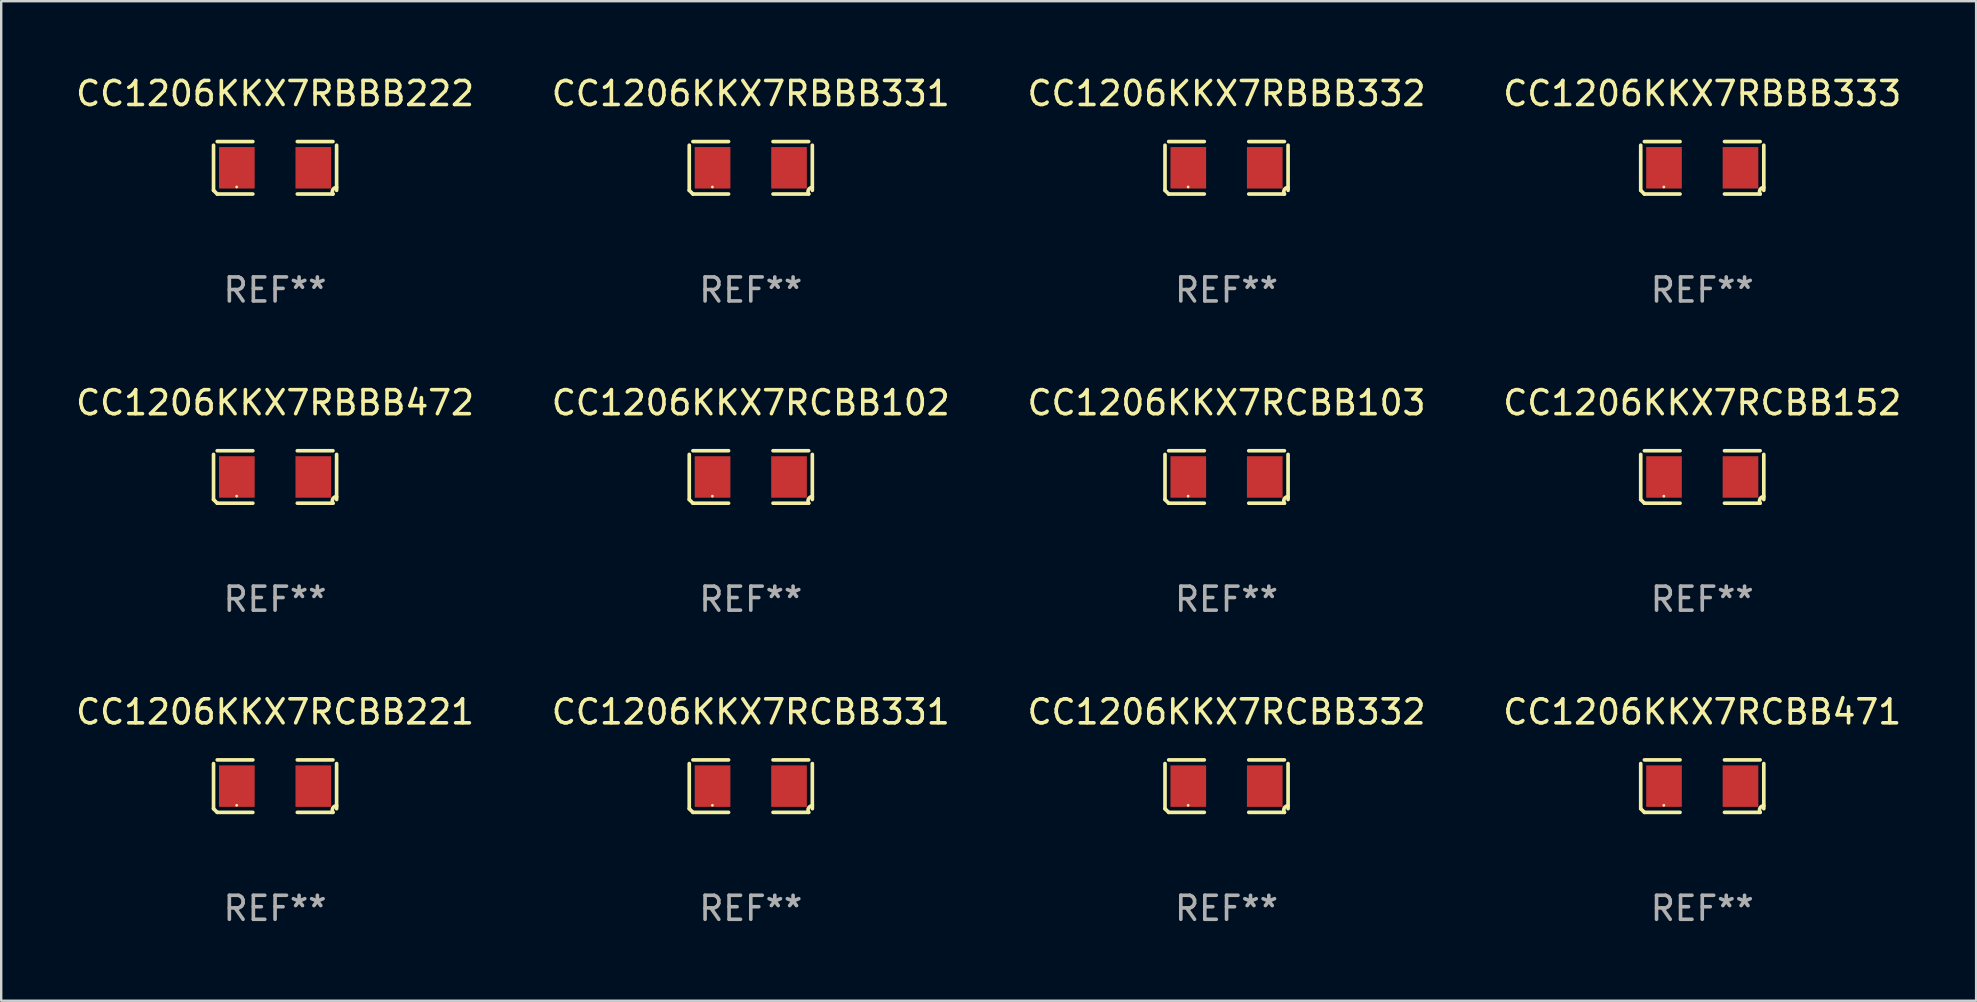
<source format=kicad_pcb>
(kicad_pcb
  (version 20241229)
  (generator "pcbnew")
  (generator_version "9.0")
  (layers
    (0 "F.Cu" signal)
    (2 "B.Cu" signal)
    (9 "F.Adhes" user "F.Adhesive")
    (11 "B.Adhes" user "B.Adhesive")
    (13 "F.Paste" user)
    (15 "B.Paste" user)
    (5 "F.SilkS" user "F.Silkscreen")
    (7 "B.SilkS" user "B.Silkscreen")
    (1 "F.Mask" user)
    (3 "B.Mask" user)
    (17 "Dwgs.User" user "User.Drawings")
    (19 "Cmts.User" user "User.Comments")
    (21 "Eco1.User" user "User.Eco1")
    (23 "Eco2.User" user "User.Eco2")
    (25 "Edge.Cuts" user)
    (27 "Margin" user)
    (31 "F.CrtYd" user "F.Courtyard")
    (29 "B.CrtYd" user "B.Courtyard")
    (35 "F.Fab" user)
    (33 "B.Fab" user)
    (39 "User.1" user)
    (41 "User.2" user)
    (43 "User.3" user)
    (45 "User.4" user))
  (footprint "CC1206KKX7RCBB331"
    (layer "F.Cu")
    (at 28.232 29.704)
    (property "Reference" "CC1206KKX7RCBB331" (at 0 -3.093 0) (layer "F.SilkS") (effects (font (size 1 1) (thickness 0.15))))
    (attr through_hole)
    (fp_line (start -2.564 0.94) (end -2.564 -0.94) (stroke (width 0.152) (type solid)) (layer "F.SilkS"))
    (fp_line (start -2.411 -1.093) (end -0.926 -1.093) (stroke (width 0.152) (type solid)) (layer "F.SilkS"))
    (fp_line (start -0.926 1.093) (end -2.411 1.093) (stroke (width 0.152) (type solid)) (layer "F.SilkS"))
    (fp_line (start 0.926 1.093) (end 2.411 1.093) (stroke (width 0.152) (type solid)) (layer "F.SilkS"))
    (fp_line (start 2.411 -1.093) (end 0.926 -1.093) (stroke (width 0.152) (type solid)) (layer "F.SilkS"))
    (fp_line (start 2.564 0.94) (end 2.564 -0.94) (stroke (width 0.152) (type solid)) (layer "F.SilkS"))
    (fp_arc (start -2.411201 1.092609) (mid -2.487413 1.01642) (end -2.563602 0.940208) (stroke (width 0.1524) (type solid)) (layer "F.SilkS"))
    (fp_arc (start 2.411201 1.092609) (mid 2.407159 0.911226) (end 2.563602 0.819347) (stroke (width 0.1524) (type solid)) (layer "F.SilkS"))
    (fp_circle (center -1.6 0.8) (end -1.57 0.8) (stroke (width 0.06) (type solid)) (fill no) (layer "F.SilkS"))
    (fp_text user "REF**" (at 0 5.093 0) (layer "F.Fab") (effects (font (size 1 1) (thickness 0.15))))
    (pad "1" smd rect (at -1.593 0) (size 1.485 1.728) (layers "F.Cu" "F.Mask" "F.Paste"))
    (pad "2" smd rect (at 1.593 0) (size 1.485 1.728) (layers "F.Cu" "F.Mask" "F.Paste")))
  (footprint "CC1206KKX7RBBB332"
    (layer "F.Cu")
    (at 48.054 3.941)
    (property "Reference" "CC1206KKX7RBBB332" (at 0 -3.093 0) (layer "F.SilkS") (effects (font (size 1 1) (thickness 0.15))))
    (attr through_hole)
    (fp_line (start -2.564 0.94) (end -2.564 -0.94) (stroke (width 0.152) (type solid)) (layer "F.SilkS"))
    (fp_line (start -2.411 -1.093) (end -0.926 -1.093) (stroke (width 0.152) (type solid)) (layer "F.SilkS"))
    (fp_line (start -0.926 1.093) (end -2.411 1.093) (stroke (width 0.152) (type solid)) (layer "F.SilkS"))
    (fp_line (start 0.926 1.093) (end 2.411 1.093) (stroke (width 0.152) (type solid)) (layer "F.SilkS"))
    (fp_line (start 2.411 -1.093) (end 0.926 -1.093) (stroke (width 0.152) (type solid)) (layer "F.SilkS"))
    (fp_line (start 2.564 0.94) (end 2.564 -0.94) (stroke (width 0.152) (type solid)) (layer "F.SilkS"))
    (fp_arc (start -2.411201 1.092609) (mid -2.487413 1.01642) (end -2.563602 0.940208) (stroke (width 0.1524) (type solid)) (layer "F.SilkS"))
    (fp_arc (start 2.411201 1.092609) (mid 2.407159 0.911226) (end 2.563602 0.819347) (stroke (width 0.1524) (type solid)) (layer "F.SilkS"))
    (fp_circle (center -1.6 0.8) (end -1.57 0.8) (stroke (width 0.06) (type solid)) (fill no) (layer "F.SilkS"))
    (fp_text user "REF**" (at 0 5.093 0) (layer "F.Fab") (effects (font (size 1 1) (thickness 0.15))))
    (pad "1" smd rect (at -1.593 0) (size 1.485 1.728) (layers "F.Cu" "F.Mask" "F.Paste"))
    (pad "2" smd rect (at 1.593 0) (size 1.485 1.728) (layers "F.Cu" "F.Mask" "F.Paste")))
  (footprint "CC1206KKX7RCBB332"
    (layer "F.Cu")
    (at 48.054 29.704)
    (property "Reference" "CC1206KKX7RCBB332" (at 0 -3.093 0) (layer "F.SilkS") (effects (font (size 1 1) (thickness 0.15))))
    (attr through_hole)
    (fp_line (start -2.564 0.94) (end -2.564 -0.94) (stroke (width 0.152) (type solid)) (layer "F.SilkS"))
    (fp_line (start -2.411 -1.093) (end -0.926 -1.093) (stroke (width 0.152) (type solid)) (layer "F.SilkS"))
    (fp_line (start -0.926 1.093) (end -2.411 1.093) (stroke (width 0.152) (type solid)) (layer "F.SilkS"))
    (fp_line (start 0.926 1.093) (end 2.411 1.093) (stroke (width 0.152) (type solid)) (layer "F.SilkS"))
    (fp_line (start 2.411 -1.093) (end 0.926 -1.093) (stroke (width 0.152) (type solid)) (layer "F.SilkS"))
    (fp_line (start 2.564 0.94) (end 2.564 -0.94) (stroke (width 0.152) (type solid)) (layer "F.SilkS"))
    (fp_arc (start -2.411201 1.092609) (mid -2.487413 1.01642) (end -2.563602 0.940208) (stroke (width 0.1524) (type solid)) (layer "F.SilkS"))
    (fp_arc (start 2.411201 1.092609) (mid 2.407159 0.911226) (end 2.563602 0.819347) (stroke (width 0.1524) (type solid)) (layer "F.SilkS"))
    (fp_circle (center -1.6 0.8) (end -1.57 0.8) (stroke (width 0.06) (type solid)) (fill no) (layer "F.SilkS"))
    (fp_text user "REF**" (at 0 5.093 0) (layer "F.Fab") (effects (font (size 1 1) (thickness 0.15))))
    (pad "1" smd rect (at -1.593 0) (size 1.485 1.728) (layers "F.Cu" "F.Mask" "F.Paste"))
    (pad "2" smd rect (at 1.593 0) (size 1.485 1.728) (layers "F.Cu" "F.Mask" "F.Paste")))
  (footprint "CC1206KKX7RCBB152"
    (layer "F.Cu")
    (at 67.875 16.823)
    (property "Reference" "CC1206KKX7RCBB152" (at 0 -3.093 0) (layer "F.SilkS") (effects (font (size 1 1) (thickness 0.15))))
    (attr through_hole)
    (fp_line (start -2.564 0.94) (end -2.564 -0.94) (stroke (width 0.152) (type solid)) (layer "F.SilkS"))
    (fp_line (start -2.411 -1.093) (end -0.926 -1.093) (stroke (width 0.152) (type solid)) (layer "F.SilkS"))
    (fp_line (start -0.926 1.093) (end -2.411 1.093) (stroke (width 0.152) (type solid)) (layer "F.SilkS"))
    (fp_line (start 0.926 1.093) (end 2.411 1.093) (stroke (width 0.152) (type solid)) (layer "F.SilkS"))
    (fp_line (start 2.411 -1.093) (end 0.926 -1.093) (stroke (width 0.152) (type solid)) (layer "F.SilkS"))
    (fp_line (start 2.564 0.94) (end 2.564 -0.94) (stroke (width 0.152) (type solid)) (layer "F.SilkS"))
    (fp_arc (start -2.411201 1.092609) (mid -2.487413 1.01642) (end -2.563602 0.940208) (stroke (width 0.1524) (type solid)) (layer "F.SilkS"))
    (fp_arc (start 2.411201 1.092609) (mid 2.407159 0.911226) (end 2.563602 0.819347) (stroke (width 0.1524) (type solid)) (layer "F.SilkS"))
    (fp_circle (center -1.6 0.8) (end -1.57 0.8) (stroke (width 0.06) (type solid)) (fill no) (layer "F.SilkS"))
    (fp_text user "REF**" (at 0 5.093 0) (layer "F.Fab") (effects (font (size 1 1) (thickness 0.15))))
    (pad "1" smd rect (at -1.593 0) (size 1.485 1.728) (layers "F.Cu" "F.Mask" "F.Paste"))
    (pad "2" smd rect (at 1.593 0) (size 1.485 1.728) (layers "F.Cu" "F.Mask" "F.Paste")))
  (footprint "CC1206KKX7RCBB221"
    (layer "F.Cu")
    (at 8.411 29.704)
    (property "Reference" "CC1206KKX7RCBB221" (at 0 -3.093 0) (layer "F.SilkS") (effects (font (size 1 1) (thickness 0.15))))
    (attr through_hole)
    (fp_line (start -2.564 0.94) (end -2.564 -0.94) (stroke (width 0.152) (type solid)) (layer "F.SilkS"))
    (fp_line (start -2.411 -1.093) (end -0.926 -1.093) (stroke (width 0.152) (type solid)) (layer "F.SilkS"))
    (fp_line (start -0.926 1.093) (end -2.411 1.093) (stroke (width 0.152) (type solid)) (layer "F.SilkS"))
    (fp_line (start 0.926 1.093) (end 2.411 1.093) (stroke (width 0.152) (type solid)) (layer "F.SilkS"))
    (fp_line (start 2.411 -1.093) (end 0.926 -1.093) (stroke (width 0.152) (type solid)) (layer "F.SilkS"))
    (fp_line (start 2.564 0.94) (end 2.564 -0.94) (stroke (width 0.152) (type solid)) (layer "F.SilkS"))
    (fp_arc (start -2.411201 1.092609) (mid -2.487413 1.01642) (end -2.563602 0.940208) (stroke (width 0.1524) (type solid)) (layer "F.SilkS"))
    (fp_arc (start 2.411201 1.092609) (mid 2.407159 0.911226) (end 2.563602 0.819347) (stroke (width 0.1524) (type solid)) (layer "F.SilkS"))
    (fp_circle (center -1.6 0.8) (end -1.57 0.8) (stroke (width 0.06) (type solid)) (fill no) (layer "F.SilkS"))
    (fp_text user "REF**" (at 0 5.093 0) (layer "F.Fab") (effects (font (size 1 1) (thickness 0.15))))
    (pad "1" smd rect (at -1.593 0) (size 1.485 1.728) (layers "F.Cu" "F.Mask" "F.Paste"))
    (pad "2" smd rect (at 1.593 0) (size 1.485 1.728) (layers "F.Cu" "F.Mask" "F.Paste")))
  (footprint "CC1206KKX7RBBB222"
    (layer "F.Cu")
    (at 8.411 3.941)
    (property "Reference" "CC1206KKX7RBBB222" (at 0 -3.093 0) (layer "F.SilkS") (effects (font (size 1 1) (thickness 0.15))))
    (attr through_hole)
    (fp_line (start -2.564 0.94) (end -2.564 -0.94) (stroke (width 0.152) (type solid)) (layer "F.SilkS"))
    (fp_line (start -2.411 -1.093) (end -0.926 -1.093) (stroke (width 0.152) (type solid)) (layer "F.SilkS"))
    (fp_line (start -0.926 1.093) (end -2.411 1.093) (stroke (width 0.152) (type solid)) (layer "F.SilkS"))
    (fp_line (start 0.926 1.093) (end 2.411 1.093) (stroke (width 0.152) (type solid)) (layer "F.SilkS"))
    (fp_line (start 2.411 -1.093) (end 0.926 -1.093) (stroke (width 0.152) (type solid)) (layer "F.SilkS"))
    (fp_line (start 2.564 0.94) (end 2.564 -0.94) (stroke (width 0.152) (type solid)) (layer "F.SilkS"))
    (fp_arc (start -2.411201 1.092609) (mid -2.487413 1.01642) (end -2.563602 0.940208) (stroke (width 0.1524) (type solid)) (layer "F.SilkS"))
    (fp_arc (start 2.411201 1.092609) (mid 2.407159 0.911226) (end 2.563602 0.819347) (stroke (width 0.1524) (type solid)) (layer "F.SilkS"))
    (fp_circle (center -1.6 0.8) (end -1.57 0.8) (stroke (width 0.06) (type solid)) (fill no) (layer "F.SilkS"))
    (fp_text user "REF**" (at 0 5.093 0) (layer "F.Fab") (effects (font (size 1 1) (thickness 0.15))))
    (pad "1" smd rect (at -1.593 0) (size 1.485 1.728) (layers "F.Cu" "F.Mask" "F.Paste"))
    (pad "2" smd rect (at 1.593 0) (size 1.485 1.728) (layers "F.Cu" "F.Mask" "F.Paste")))
  (footprint "CC1206KKX7RBBB472"
    (layer "F.Cu")
    (at 8.411 16.823)
    (property "Reference" "CC1206KKX7RBBB472" (at 0 -3.093 0) (layer "F.SilkS") (effects (font (size 1 1) (thickness 0.15))))
    (attr through_hole)
    (fp_line (start -2.564 0.94) (end -2.564 -0.94) (stroke (width 0.152) (type solid)) (layer "F.SilkS"))
    (fp_line (start -2.411 -1.093) (end -0.926 -1.093) (stroke (width 0.152) (type solid)) (layer "F.SilkS"))
    (fp_line (start -0.926 1.093) (end -2.411 1.093) (stroke (width 0.152) (type solid)) (layer "F.SilkS"))
    (fp_line (start 0.926 1.093) (end 2.411 1.093) (stroke (width 0.152) (type solid)) (layer "F.SilkS"))
    (fp_line (start 2.411 -1.093) (end 0.926 -1.093) (stroke (width 0.152) (type solid)) (layer "F.SilkS"))
    (fp_line (start 2.564 0.94) (end 2.564 -0.94) (stroke (width 0.152) (type solid)) (layer "F.SilkS"))
    (fp_arc (start -2.411201 1.092609) (mid -2.487413 1.01642) (end -2.563602 0.940208) (stroke (width 0.1524) (type solid)) (layer "F.SilkS"))
    (fp_arc (start 2.411201 1.092609) (mid 2.407159 0.911226) (end 2.563602 0.819347) (stroke (width 0.1524) (type solid)) (layer "F.SilkS"))
    (fp_circle (center -1.6 0.8) (end -1.57 0.8) (stroke (width 0.06) (type solid)) (fill no) (layer "F.SilkS"))
    (fp_text user "REF**" (at 0 5.093 0) (layer "F.Fab") (effects (font (size 1 1) (thickness 0.15))))
    (pad "1" smd rect (at -1.593 0) (size 1.485 1.728) (layers "F.Cu" "F.Mask" "F.Paste"))
    (pad "2" smd rect (at 1.593 0) (size 1.485 1.728) (layers "F.Cu" "F.Mask" "F.Paste")))
  (footprint "CC1206KKX7RCBB471"
    (layer "F.Cu")
    (at 67.875 29.704)
    (property "Reference" "CC1206KKX7RCBB471" (at 0 -3.093 0) (layer "F.SilkS") (effects (font (size 1 1) (thickness 0.15))))
    (attr through_hole)
    (fp_line (start -2.564 0.94) (end -2.564 -0.94) (stroke (width 0.152) (type solid)) (layer "F.SilkS"))
    (fp_line (start -2.411 -1.093) (end -0.926 -1.093) (stroke (width 0.152) (type solid)) (layer "F.SilkS"))
    (fp_line (start -0.926 1.093) (end -2.411 1.093) (stroke (width 0.152) (type solid)) (layer "F.SilkS"))
    (fp_line (start 0.926 1.093) (end 2.411 1.093) (stroke (width 0.152) (type solid)) (layer "F.SilkS"))
    (fp_line (start 2.411 -1.093) (end 0.926 -1.093) (stroke (width 0.152) (type solid)) (layer "F.SilkS"))
    (fp_line (start 2.564 0.94) (end 2.564 -0.94) (stroke (width 0.152) (type solid)) (layer "F.SilkS"))
    (fp_arc (start -2.411201 1.092609) (mid -2.487413 1.01642) (end -2.563602 0.940208) (stroke (width 0.1524) (type solid)) (layer "F.SilkS"))
    (fp_arc (start 2.411201 1.092609) (mid 2.407159 0.911226) (end 2.563602 0.819347) (stroke (width 0.1524) (type solid)) (layer "F.SilkS"))
    (fp_circle (center -1.6 0.8) (end -1.57 0.8) (stroke (width 0.06) (type solid)) (fill no) (layer "F.SilkS"))
    (fp_text user "REF**" (at 0 5.093 0) (layer "F.Fab") (effects (font (size 1 1) (thickness 0.15))))
    (pad "1" smd rect (at -1.593 0) (size 1.485 1.728) (layers "F.Cu" "F.Mask" "F.Paste"))
    (pad "2" smd rect (at 1.593 0) (size 1.485 1.728) (layers "F.Cu" "F.Mask" "F.Paste")))
  (footprint "CC1206KKX7RBBB333"
    (layer "F.Cu")
    (at 67.875 3.941)
    (property "Reference" "CC1206KKX7RBBB333" (at 0 -3.093 0) (layer "F.SilkS") (effects (font (size 1 1) (thickness 0.15))))
    (attr through_hole)
    (fp_line (start -2.564 0.94) (end -2.564 -0.94) (stroke (width 0.152) (type solid)) (layer "F.SilkS"))
    (fp_line (start -2.411 -1.093) (end -0.926 -1.093) (stroke (width 0.152) (type solid)) (layer "F.SilkS"))
    (fp_line (start -0.926 1.093) (end -2.411 1.093) (stroke (width 0.152) (type solid)) (layer "F.SilkS"))
    (fp_line (start 0.926 1.093) (end 2.411 1.093) (stroke (width 0.152) (type solid)) (layer "F.SilkS"))
    (fp_line (start 2.411 -1.093) (end 0.926 -1.093) (stroke (width 0.152) (type solid)) (layer "F.SilkS"))
    (fp_line (start 2.564 0.94) (end 2.564 -0.94) (stroke (width 0.152) (type solid)) (layer "F.SilkS"))
    (fp_arc (start -2.411201 1.092609) (mid -2.487413 1.01642) (end -2.563602 0.940208) (stroke (width 0.1524) (type solid)) (layer "F.SilkS"))
    (fp_arc (start 2.411201 1.092609) (mid 2.407159 0.911226) (end 2.563602 0.819347) (stroke (width 0.1524) (type solid)) (layer "F.SilkS"))
    (fp_circle (center -1.6 0.8) (end -1.57 0.8) (stroke (width 0.06) (type solid)) (fill no) (layer "F.SilkS"))
    (fp_text user "REF**" (at 0 5.093 0) (layer "F.Fab") (effects (font (size 1 1) (thickness 0.15))))
    (pad "1" smd rect (at -1.593 0) (size 1.485 1.728) (layers "F.Cu" "F.Mask" "F.Paste"))
    (pad "2" smd rect (at 1.593 0) (size 1.485 1.728) (layers "F.Cu" "F.Mask" "F.Paste")))
  (footprint "CC1206KKX7RCBB102"
    (layer "F.Cu")
    (at 28.232 16.823)
    (property "Reference" "CC1206KKX7RCBB102" (at 0 -3.093 0) (layer "F.SilkS") (effects (font (size 1 1) (thickness 0.15))))
    (attr through_hole)
    (fp_line (start -2.564 0.94) (end -2.564 -0.94) (stroke (width 0.152) (type solid)) (layer "F.SilkS"))
    (fp_line (start -2.411 -1.093) (end -0.926 -1.093) (stroke (width 0.152) (type solid)) (layer "F.SilkS"))
    (fp_line (start -0.926 1.093) (end -2.411 1.093) (stroke (width 0.152) (type solid)) (layer "F.SilkS"))
    (fp_line (start 0.926 1.093) (end 2.411 1.093) (stroke (width 0.152) (type solid)) (layer "F.SilkS"))
    (fp_line (start 2.411 -1.093) (end 0.926 -1.093) (stroke (width 0.152) (type solid)) (layer "F.SilkS"))
    (fp_line (start 2.564 0.94) (end 2.564 -0.94) (stroke (width 0.152) (type solid)) (layer "F.SilkS"))
    (fp_arc (start -2.411201 1.092609) (mid -2.487413 1.01642) (end -2.563602 0.940208) (stroke (width 0.1524) (type solid)) (layer "F.SilkS"))
    (fp_arc (start 2.411201 1.092609) (mid 2.407159 0.911226) (end 2.563602 0.819347) (stroke (width 0.1524) (type solid)) (layer "F.SilkS"))
    (fp_circle (center -1.6 0.8) (end -1.57 0.8) (stroke (width 0.06) (type solid)) (fill no) (layer "F.SilkS"))
    (fp_text user "REF**" (at 0 5.093 0) (layer "F.Fab") (effects (font (size 1 1) (thickness 0.15))))
    (pad "1" smd rect (at -1.593 0) (size 1.485 1.728) (layers "F.Cu" "F.Mask" "F.Paste"))
    (pad "2" smd rect (at 1.593 0) (size 1.485 1.728) (layers "F.Cu" "F.Mask" "F.Paste")))
  (footprint "CC1206KKX7RBBB331"
    (layer "F.Cu")
    (at 28.232 3.941)
    (property "Reference" "CC1206KKX7RBBB331" (at 0 -3.093 0) (layer "F.SilkS") (effects (font (size 1 1) (thickness 0.15))))
    (attr through_hole)
    (fp_line (start -2.564 0.94) (end -2.564 -0.94) (stroke (width 0.152) (type solid)) (layer "F.SilkS"))
    (fp_line (start -2.411 -1.093) (end -0.926 -1.093) (stroke (width 0.152) (type solid)) (layer "F.SilkS"))
    (fp_line (start -0.926 1.093) (end -2.411 1.093) (stroke (width 0.152) (type solid)) (layer "F.SilkS"))
    (fp_line (start 0.926 1.093) (end 2.411 1.093) (stroke (width 0.152) (type solid)) (layer "F.SilkS"))
    (fp_line (start 2.411 -1.093) (end 0.926 -1.093) (stroke (width 0.152) (type solid)) (layer "F.SilkS"))
    (fp_line (start 2.564 0.94) (end 2.564 -0.94) (stroke (width 0.152) (type solid)) (layer "F.SilkS"))
    (fp_arc (start -2.411201 1.092609) (mid -2.487413 1.01642) (end -2.563602 0.940208) (stroke (width 0.1524) (type solid)) (layer "F.SilkS"))
    (fp_arc (start 2.411201 1.092609) (mid 2.407159 0.911226) (end 2.563602 0.819347) (stroke (width 0.1524) (type solid)) (layer "F.SilkS"))
    (fp_circle (center -1.6 0.8) (end -1.57 0.8) (stroke (width 0.06) (type solid)) (fill no) (layer "F.SilkS"))
    (fp_text user "REF**" (at 0 5.093 0) (layer "F.Fab") (effects (font (size 1 1) (thickness 0.15))))
    (pad "1" smd rect (at -1.593 0) (size 1.485 1.728) (layers "F.Cu" "F.Mask" "F.Paste"))
    (pad "2" smd rect (at 1.593 0) (size 1.485 1.728) (layers "F.Cu" "F.Mask" "F.Paste")))
  (footprint "CC1206KKX7RCBB103"
    (layer "F.Cu")
    (at 48.054 16.823)
    (property "Reference" "CC1206KKX7RCBB103" (at 0 -3.093 0) (layer "F.SilkS") (effects (font (size 1 1) (thickness 0.15))))
    (attr through_hole)
    (fp_line (start -2.564 0.94) (end -2.564 -0.94) (stroke (width 0.152) (type solid)) (layer "F.SilkS"))
    (fp_line (start -2.411 -1.093) (end -0.926 -1.093) (stroke (width 0.152) (type solid)) (layer "F.SilkS"))
    (fp_line (start -0.926 1.093) (end -2.411 1.093) (stroke (width 0.152) (type solid)) (layer "F.SilkS"))
    (fp_line (start 0.926 1.093) (end 2.411 1.093) (stroke (width 0.152) (type solid)) (layer "F.SilkS"))
    (fp_line (start 2.411 -1.093) (end 0.926 -1.093) (stroke (width 0.152) (type solid)) (layer "F.SilkS"))
    (fp_line (start 2.564 0.94) (end 2.564 -0.94) (stroke (width 0.152) (type solid)) (layer "F.SilkS"))
    (fp_arc (start -2.411201 1.092609) (mid -2.487413 1.01642) (end -2.563602 0.940208) (stroke (width 0.1524) (type solid)) (layer "F.SilkS"))
    (fp_arc (start 2.411201 1.092609) (mid 2.407159 0.911226) (end 2.563602 0.819347) (stroke (width 0.1524) (type solid)) (layer "F.SilkS"))
    (fp_circle (center -1.6 0.8) (end -1.57 0.8) (stroke (width 0.06) (type solid)) (fill no) (layer "F.SilkS"))
    (fp_text user "REF**" (at 0 5.093 0) (layer "F.Fab") (effects (font (size 1 1) (thickness 0.15))))
    (pad "1" smd rect (at -1.593 0) (size 1.485 1.728) (layers "F.Cu" "F.Mask" "F.Paste"))
    (pad "2" smd rect (at 1.593 0) (size 1.485 1.728) (layers "F.Cu" "F.Mask" "F.Paste")))
  (gr_rect
    (start -3 -3)
    (end 79.286 38.645)
    (stroke (width 0.1) (type default))
    (fill no)
    (layer "Edge.Cuts")))
</source>
